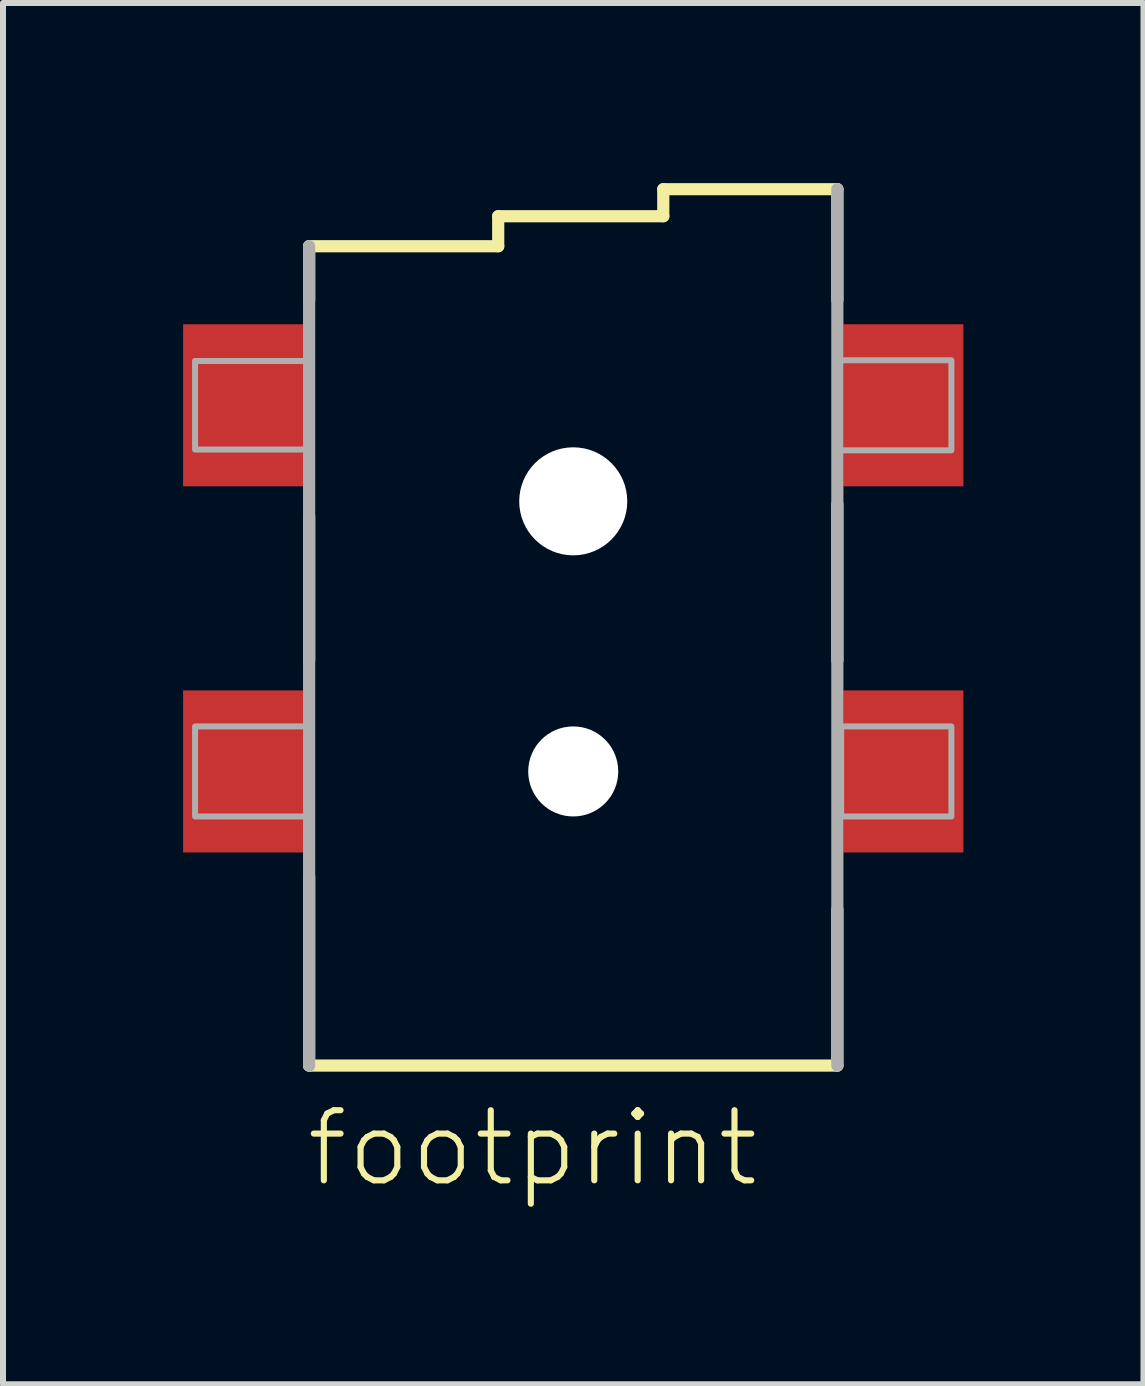
<source format=kicad_pcb>
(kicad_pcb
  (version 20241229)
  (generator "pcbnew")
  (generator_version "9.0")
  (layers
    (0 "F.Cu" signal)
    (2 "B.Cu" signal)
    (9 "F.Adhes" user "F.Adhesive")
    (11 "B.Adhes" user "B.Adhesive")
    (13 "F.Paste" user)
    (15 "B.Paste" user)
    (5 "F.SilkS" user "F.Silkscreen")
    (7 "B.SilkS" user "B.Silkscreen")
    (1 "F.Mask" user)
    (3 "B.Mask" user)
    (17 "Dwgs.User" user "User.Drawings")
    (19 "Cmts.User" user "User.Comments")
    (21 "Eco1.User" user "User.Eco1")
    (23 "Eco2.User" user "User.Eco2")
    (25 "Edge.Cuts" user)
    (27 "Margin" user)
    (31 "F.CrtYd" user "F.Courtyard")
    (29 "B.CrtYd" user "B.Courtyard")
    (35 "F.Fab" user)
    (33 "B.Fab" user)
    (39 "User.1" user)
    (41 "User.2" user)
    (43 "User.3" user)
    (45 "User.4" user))
  (footprint "footprint"
    (layer "F.Cu")
    (at 6.5 14.802)
    (property "Reference" "footprint" (at -4.5 1.96 0) (layer "F.SilkS") (effects (font (size 1.168 1.168) (thickness 0.102)) (justify left bottom)))
    (fp_line (start -4.4 -13.75) (end -4.4 -12.85) (stroke (width 0.203) (type solid)) (layer "F.SilkS"))
    (fp_line (start -4.4 -9.25) (end -4.4 -6.85) (stroke (width 0.203) (type solid)) (layer "F.SilkS"))
    (fp_line (start -4.4 -3.25) (end -4.4 -0.1) (stroke (width 0.203) (type solid)) (layer "F.SilkS"))
    (fp_line (start -4.4 -0.1) (end 4.4 -0.1) (stroke (width 0.203) (type solid)) (layer "F.SilkS"))
    (fp_line (start -1.25 -14.25) (end -1.25 -13.75) (stroke (width 0.203) (type solid)) (layer "F.SilkS"))
    (fp_line (start -1.25 -13.75) (end -4.4 -13.75) (stroke (width 0.203) (type solid)) (layer "F.SilkS"))
    (fp_line (start 1.5 -14.7) (end 1.5 -14.25) (stroke (width 0.203) (type solid)) (layer "F.SilkS"))
    (fp_line (start 1.5 -14.25) (end -1.25 -14.25) (stroke (width 0.203) (type solid)) (layer "F.SilkS"))
    (fp_line (start 4.4 -14.7) (end 1.5 -14.7) (stroke (width 0.203) (type solid)) (layer "F.SilkS"))
    (fp_line (start 4.4 -12.85) (end 4.4 -14.7) (stroke (width 0.203) (type solid)) (layer "F.SilkS"))
    (fp_line (start 4.4 -6.85) (end 4.4 -9.45) (stroke (width 0.203) (type solid)) (layer "F.SilkS"))
    (fp_line (start 4.4 -0.1) (end 4.4 -2.7) (stroke (width 0.203) (type solid)) (layer "F.SilkS"))
    (fp_line (start -4.4 -13.75) (end -4.4 -0.1) (stroke (width 0.203) (type solid)) (layer "F.Fab"))
    (fp_line (start 4.4 -0.1) (end 4.4 -14.7) (stroke (width 0.203) (type solid)) (layer "F.Fab"))
    (fp_poly (pts (xy -6.3 -10.363) (xy -4.412 -10.363) (xy -4.412 -11.838) (xy -6.3 -11.838)) (stroke (width 0.1) (type solid)) (fill no) (layer "F.Fab"))
    (fp_poly (pts (xy -6.3 -4.25) (xy -4.425 -4.25) (xy -4.425 -5.75) (xy -6.3 -5.75)) (stroke (width 0.1) (type solid)) (fill no) (layer "F.Fab"))
    (fp_poly (pts (xy 4.412 -10.35) (xy 6.3 -10.35) (xy 6.3 -11.85) (xy 4.412 -11.85)) (stroke (width 0.1) (type solid)) (fill no) (layer "F.Fab"))
    (fp_poly (pts (xy 4.463 -4.25) (xy 6.3 -4.25) (xy 6.3 -5.75) (xy 4.463 -5.75)) (stroke (width 0.1) (type solid)) (fill no) (layer "F.Fab"))
    (pad "" np_thru_hole circle (at 0 -9.5) (size 1.8 1.8) (drill 1.8) (layers "*.Cu" "*.Mask"))
    (pad "" np_thru_hole circle (at 0 -5) (size 1.5 1.5) (drill 1.5) (layers "*.Cu" "*.Mask"))
    (pad "1" smd rect (at 5.5 -5) (size 2 2.7) (layers "F.Cu" "F.Mask" "F.Paste"))
    (pad "2" smd rect (at 5.5 -11.1) (size 2 2.7) (layers "F.Cu" "F.Mask" "F.Paste"))
    (pad "3@1" smd rect (at -5.5 -11.1) (size 2 2.7) (layers "F.Cu" "F.Mask" "F.Paste"))
    (pad "3@2" smd rect (at -5.5 -5) (size 2 2.7) (layers "F.Cu" "F.Mask" "F.Paste")))
  (gr_rect
    (start -3 -3)
    (end 16 20.012)
    (stroke (width 0.1) (type default))
    (fill no)
    (layer "Edge.Cuts")))
</source>
